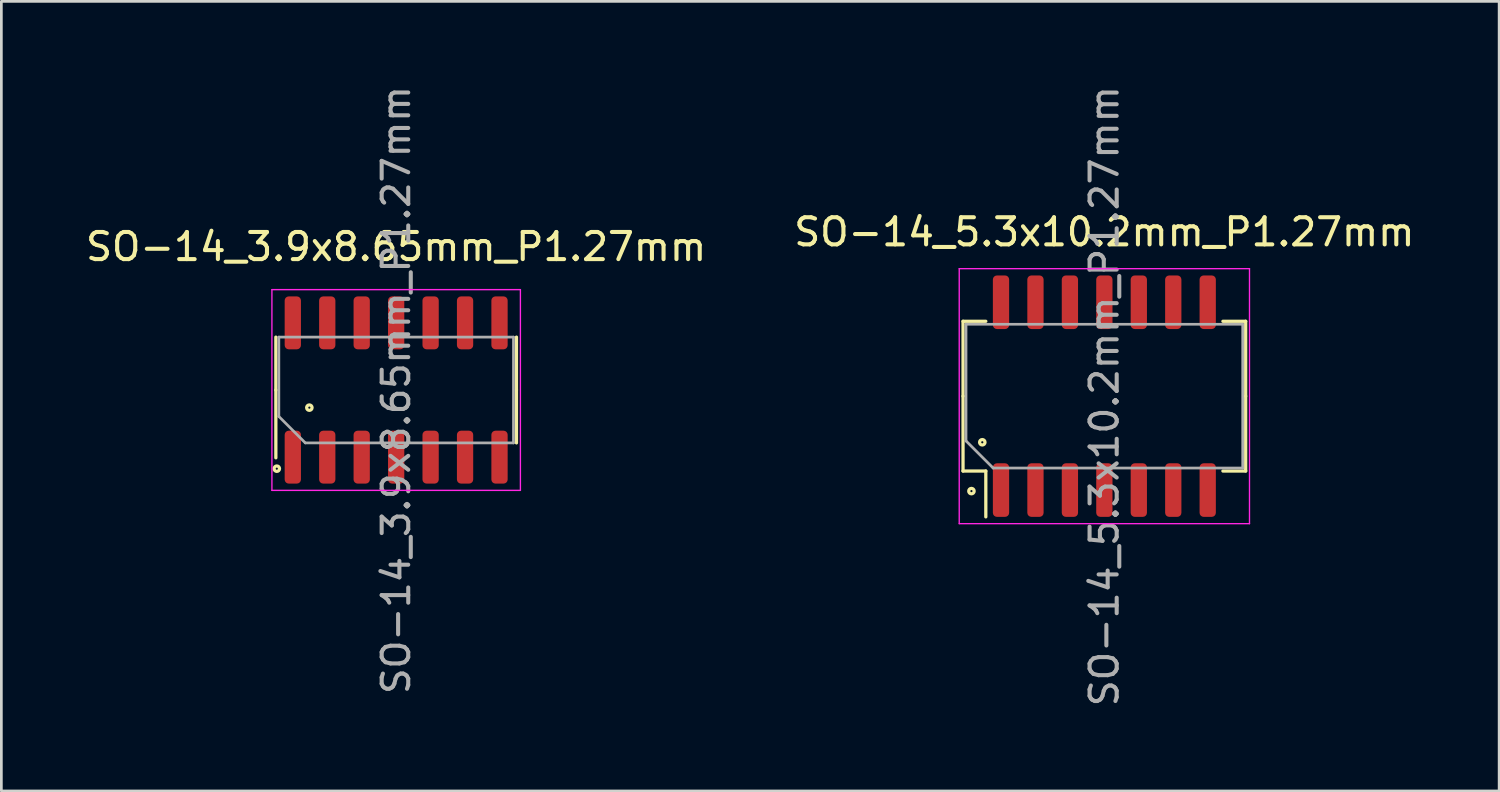
<source format=kicad_pcb>
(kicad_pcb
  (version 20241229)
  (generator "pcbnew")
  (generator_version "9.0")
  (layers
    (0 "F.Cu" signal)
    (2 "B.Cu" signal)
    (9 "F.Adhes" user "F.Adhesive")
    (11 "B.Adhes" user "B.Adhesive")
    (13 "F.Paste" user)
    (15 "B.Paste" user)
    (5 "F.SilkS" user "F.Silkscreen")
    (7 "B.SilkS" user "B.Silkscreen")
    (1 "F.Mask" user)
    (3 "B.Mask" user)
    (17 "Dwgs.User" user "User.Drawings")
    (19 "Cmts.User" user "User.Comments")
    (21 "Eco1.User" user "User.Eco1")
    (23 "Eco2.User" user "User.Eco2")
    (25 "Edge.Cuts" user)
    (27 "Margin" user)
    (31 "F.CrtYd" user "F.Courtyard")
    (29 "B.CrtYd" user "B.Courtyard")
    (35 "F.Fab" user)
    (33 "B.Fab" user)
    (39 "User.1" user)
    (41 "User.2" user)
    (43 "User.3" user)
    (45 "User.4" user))
  (footprint "SO-14_5.3x10.2mm_P1.27mm"
    (layer "F.Cu")
    (at 37.661 11.554)
    (property "Reference" "SO-14_5.3x10.2mm_P1.27mm" (at 0 -6.05 0) (layer "F.SilkS") (effects (font (size 1 1) (thickness 0.15))))
    (attr smd)
    (fp_line (start -5.21 -2.76) (end -4.37 -2.76) (stroke (width 0.12) (type solid)) (layer "F.SilkS"))
    (fp_line (start -5.21 0) (end -5.21 -2.76) (stroke (width 0.12) (type solid)) (layer "F.SilkS"))
    (fp_line (start -5.21 0) (end -5.21 2.76) (stroke (width 0.12) (type solid)) (layer "F.SilkS"))
    (fp_line (start -5.21 2.76) (end -4.37 2.76) (stroke (width 0.12) (type solid)) (layer "F.SilkS"))
    (fp_line (start -4.37 2.76) (end -4.37 4.45) (stroke (width 0.12) (type solid)) (layer "F.SilkS"))
    (fp_line (start 5.21 -2.76) (end 4.37 -2.76) (stroke (width 0.12) (type solid)) (layer "F.SilkS"))
    (fp_line (start 5.21 0) (end 5.21 -2.76) (stroke (width 0.12) (type solid)) (layer "F.SilkS"))
    (fp_line (start 5.21 0) (end 5.21 2.76) (stroke (width 0.12) (type solid)) (layer "F.SilkS"))
    (fp_line (start 5.21 2.76) (end 4.37 2.76) (stroke (width 0.12) (type solid)) (layer "F.SilkS"))
    (fp_circle (center -4.9 3.5) (end -4.8 3.5) (stroke (width 0.12) (type solid)) (fill no) (layer "F.SilkS"))
    (fp_circle (center -4.5 1.7) (end -4.4 1.7) (stroke (width 0.12) (type solid)) (fill no) (layer "F.SilkS"))
    (fp_line (start -5.35 -4.7) (end -5.35 4.7) (stroke (width 0.05) (type solid)) (layer "F.CrtYd"))
    (fp_line (start -5.35 4.7) (end 5.35 4.7) (stroke (width 0.05) (type solid)) (layer "F.CrtYd"))
    (fp_line (start 5.35 -4.7) (end -5.35 -4.7) (stroke (width 0.05) (type solid)) (layer "F.CrtYd"))
    (fp_line (start 5.35 4.7) (end 5.35 -4.7) (stroke (width 0.05) (type solid)) (layer "F.CrtYd"))
    (fp_line (start -5.1 -2.65) (end 5.1 -2.65) (stroke (width 0.1) (type solid)) (layer "F.Fab"))
    (fp_line (start -5.1 1.65) (end -5.1 -2.65) (stroke (width 0.1) (type solid)) (layer "F.Fab"))
    (fp_line (start -4.1 2.65) (end -5.1 1.65) (stroke (width 0.1) (type solid)) (layer "F.Fab"))
    (fp_line (start 5.1 -2.65) (end 5.1 2.65) (stroke (width 0.1) (type solid)) (layer "F.Fab"))
    (fp_line (start 5.1 2.65) (end -4.1 2.65) (stroke (width 0.1) (type solid)) (layer "F.Fab"))
    (fp_text user "${REFERENCE}" (at 0 0 90) (layer "F.Fab") (effects (font (size 1 1) (thickness 0.15))))
    (pad "1" smd roundrect (at -3.81 3.462 90) (size 1.975 0.6) (layers "F.Cu" "F.Mask" "F.Paste") (roundrect_rratio 0.25))
    (pad "2" smd roundrect (at -2.54 3.462 90) (size 1.975 0.6) (layers "F.Cu" "F.Mask" "F.Paste") (roundrect_rratio 0.25))
    (pad "3" smd roundrect (at -1.27 3.462 90) (size 1.975 0.6) (layers "F.Cu" "F.Mask" "F.Paste") (roundrect_rratio 0.25))
    (pad "4" smd roundrect (at 0 3.462 90) (size 1.975 0.6) (layers "F.Cu" "F.Mask" "F.Paste") (roundrect_rratio 0.25))
    (pad "5" smd roundrect (at 1.27 3.462 90) (size 1.975 0.6) (layers "F.Cu" "F.Mask" "F.Paste") (roundrect_rratio 0.25))
    (pad "6" smd roundrect (at 2.54 3.462 90) (size 1.975 0.6) (layers "F.Cu" "F.Mask" "F.Paste") (roundrect_rratio 0.25))
    (pad "7" smd roundrect (at 3.81 3.462 90) (size 1.975 0.6) (layers "F.Cu" "F.Mask" "F.Paste") (roundrect_rratio 0.25))
    (pad "8" smd roundrect (at 3.81 -3.462 90) (size 1.975 0.6) (layers "F.Cu" "F.Mask" "F.Paste") (roundrect_rratio 0.25))
    (pad "9" smd roundrect (at 2.54 -3.462 90) (size 1.975 0.6) (layers "F.Cu" "F.Mask" "F.Paste") (roundrect_rratio 0.25))
    (pad "10" smd roundrect (at 1.27 -3.462 90) (size 1.975 0.6) (layers "F.Cu" "F.Mask" "F.Paste") (roundrect_rratio 0.25))
    (pad "11" smd roundrect (at 0 -3.462 90) (size 1.975 0.6) (layers "F.Cu" "F.Mask" "F.Paste") (roundrect_rratio 0.25))
    (pad "12" smd roundrect (at -1.27 -3.462 90) (size 1.975 0.6) (layers "F.Cu" "F.Mask" "F.Paste") (roundrect_rratio 0.25))
    (pad "13" smd roundrect (at -2.54 -3.462 90) (size 1.975 0.6) (layers "F.Cu" "F.Mask" "F.Paste") (roundrect_rratio 0.25))
    (pad "14" smd roundrect (at -3.81 -3.462 90) (size 1.975 0.6) (layers "F.Cu" "F.Mask" "F.Paste") (roundrect_rratio 0.25)))
  (footprint "SO-14_3.9x8.65mm_P1.27mm"
    (layer "F.Cu")
    (at 11.554 11.327)
    (property "Reference" "SO-14_3.9x8.65mm_P1.27mm" (at 0 -5.28 0) (layer "F.SilkS") (effects (font (size 1 1) (thickness 0.15))))
    (attr smd)
    (fp_line (start -4.435 0) (end -4.435 -1.95) (stroke (width 0.12) (type solid)) (layer "F.SilkS"))
    (fp_line (start -4.435 0) (end -4.435 2.5) (stroke (width 0.12) (type solid)) (layer "F.SilkS"))
    (fp_line (start 4.435 0) (end 4.435 -1.95) (stroke (width 0.12) (type solid)) (layer "F.SilkS"))
    (fp_line (start 4.435 0) (end 4.435 1.95) (stroke (width 0.12) (type solid)) (layer "F.SilkS"))
    (fp_circle (center -4.4 2.9) (end -4.3 2.9) (stroke (width 0.12) (type solid)) (fill no) (layer "F.SilkS"))
    (fp_circle (center -3.2 0.65) (end -3.1 0.65) (stroke (width 0.12) (type solid)) (fill no) (layer "F.SilkS"))
    (fp_line (start -4.58 -3.7) (end -4.58 3.7) (stroke (width 0.05) (type solid)) (layer "F.CrtYd"))
    (fp_line (start -4.58 3.7) (end 4.58 3.7) (stroke (width 0.05) (type solid)) (layer "F.CrtYd"))
    (fp_line (start 4.58 -3.7) (end -4.58 -3.7) (stroke (width 0.05) (type solid)) (layer "F.CrtYd"))
    (fp_line (start 4.58 3.7) (end 4.58 -3.7) (stroke (width 0.05) (type solid)) (layer "F.CrtYd"))
    (fp_line (start -4.325 -1.95) (end 4.325 -1.95) (stroke (width 0.1) (type solid)) (layer "F.Fab"))
    (fp_line (start -4.325 0.975) (end -4.325 -1.95) (stroke (width 0.1) (type solid)) (layer "F.Fab"))
    (fp_line (start -3.35 1.95) (end -4.325 0.975) (stroke (width 0.1) (type solid)) (layer "F.Fab"))
    (fp_line (start 4.325 -1.95) (end 4.325 1.95) (stroke (width 0.1) (type solid)) (layer "F.Fab"))
    (fp_line (start 4.325 1.95) (end -3.35 1.95) (stroke (width 0.1) (type solid)) (layer "F.Fab"))
    (fp_text user "${REFERENCE}" (at 0 0 90) (layer "F.Fab") (effects (font (size 0.98 0.98) (thickness 0.15))))
    (pad "1" smd roundrect (at -3.81 2.475 90) (size 1.95 0.6) (layers "F.Cu" "F.Mask" "F.Paste") (roundrect_rratio 0.25))
    (pad "2" smd roundrect (at -2.54 2.475 90) (size 1.95 0.6) (layers "F.Cu" "F.Mask" "F.Paste") (roundrect_rratio 0.25))
    (pad "3" smd roundrect (at -1.27 2.475 90) (size 1.95 0.6) (layers "F.Cu" "F.Mask" "F.Paste") (roundrect_rratio 0.25))
    (pad "4" smd roundrect (at 0 2.475 90) (size 1.95 0.6) (layers "F.Cu" "F.Mask" "F.Paste") (roundrect_rratio 0.25))
    (pad "5" smd roundrect (at 1.27 2.475 90) (size 1.95 0.6) (layers "F.Cu" "F.Mask" "F.Paste") (roundrect_rratio 0.25))
    (pad "6" smd roundrect (at 2.54 2.475 90) (size 1.95 0.6) (layers "F.Cu" "F.Mask" "F.Paste") (roundrect_rratio 0.25))
    (pad "7" smd roundrect (at 3.81 2.475 90) (size 1.95 0.6) (layers "F.Cu" "F.Mask" "F.Paste") (roundrect_rratio 0.25))
    (pad "8" smd roundrect (at 3.81 -2.475 90) (size 1.95 0.6) (layers "F.Cu" "F.Mask" "F.Paste") (roundrect_rratio 0.25))
    (pad "9" smd roundrect (at 2.54 -2.475 90) (size 1.95 0.6) (layers "F.Cu" "F.Mask" "F.Paste") (roundrect_rratio 0.25))
    (pad "10" smd roundrect (at 1.27 -2.475 90) (size 1.95 0.6) (layers "F.Cu" "F.Mask" "F.Paste") (roundrect_rratio 0.25))
    (pad "11" smd roundrect (at 0 -2.475 90) (size 1.95 0.6) (layers "F.Cu" "F.Mask" "F.Paste") (roundrect_rratio 0.25))
    (pad "12" smd roundrect (at -1.27 -2.475 90) (size 1.95 0.6) (layers "F.Cu" "F.Mask" "F.Paste") (roundrect_rratio 0.25))
    (pad "13" smd roundrect (at -2.54 -2.475 90) (size 1.95 0.6) (layers "F.Cu" "F.Mask" "F.Paste") (roundrect_rratio 0.25))
    (pad "14" smd roundrect (at -3.81 -2.475 90) (size 1.95 0.6) (layers "F.Cu" "F.Mask" "F.Paste") (roundrect_rratio 0.25)))
  (gr_rect
    (start -3 -3)
    (end 52.214 26.107)
    (stroke (width 0.1) (type default))
    (fill no)
    (layer "Edge.Cuts")))
</source>
